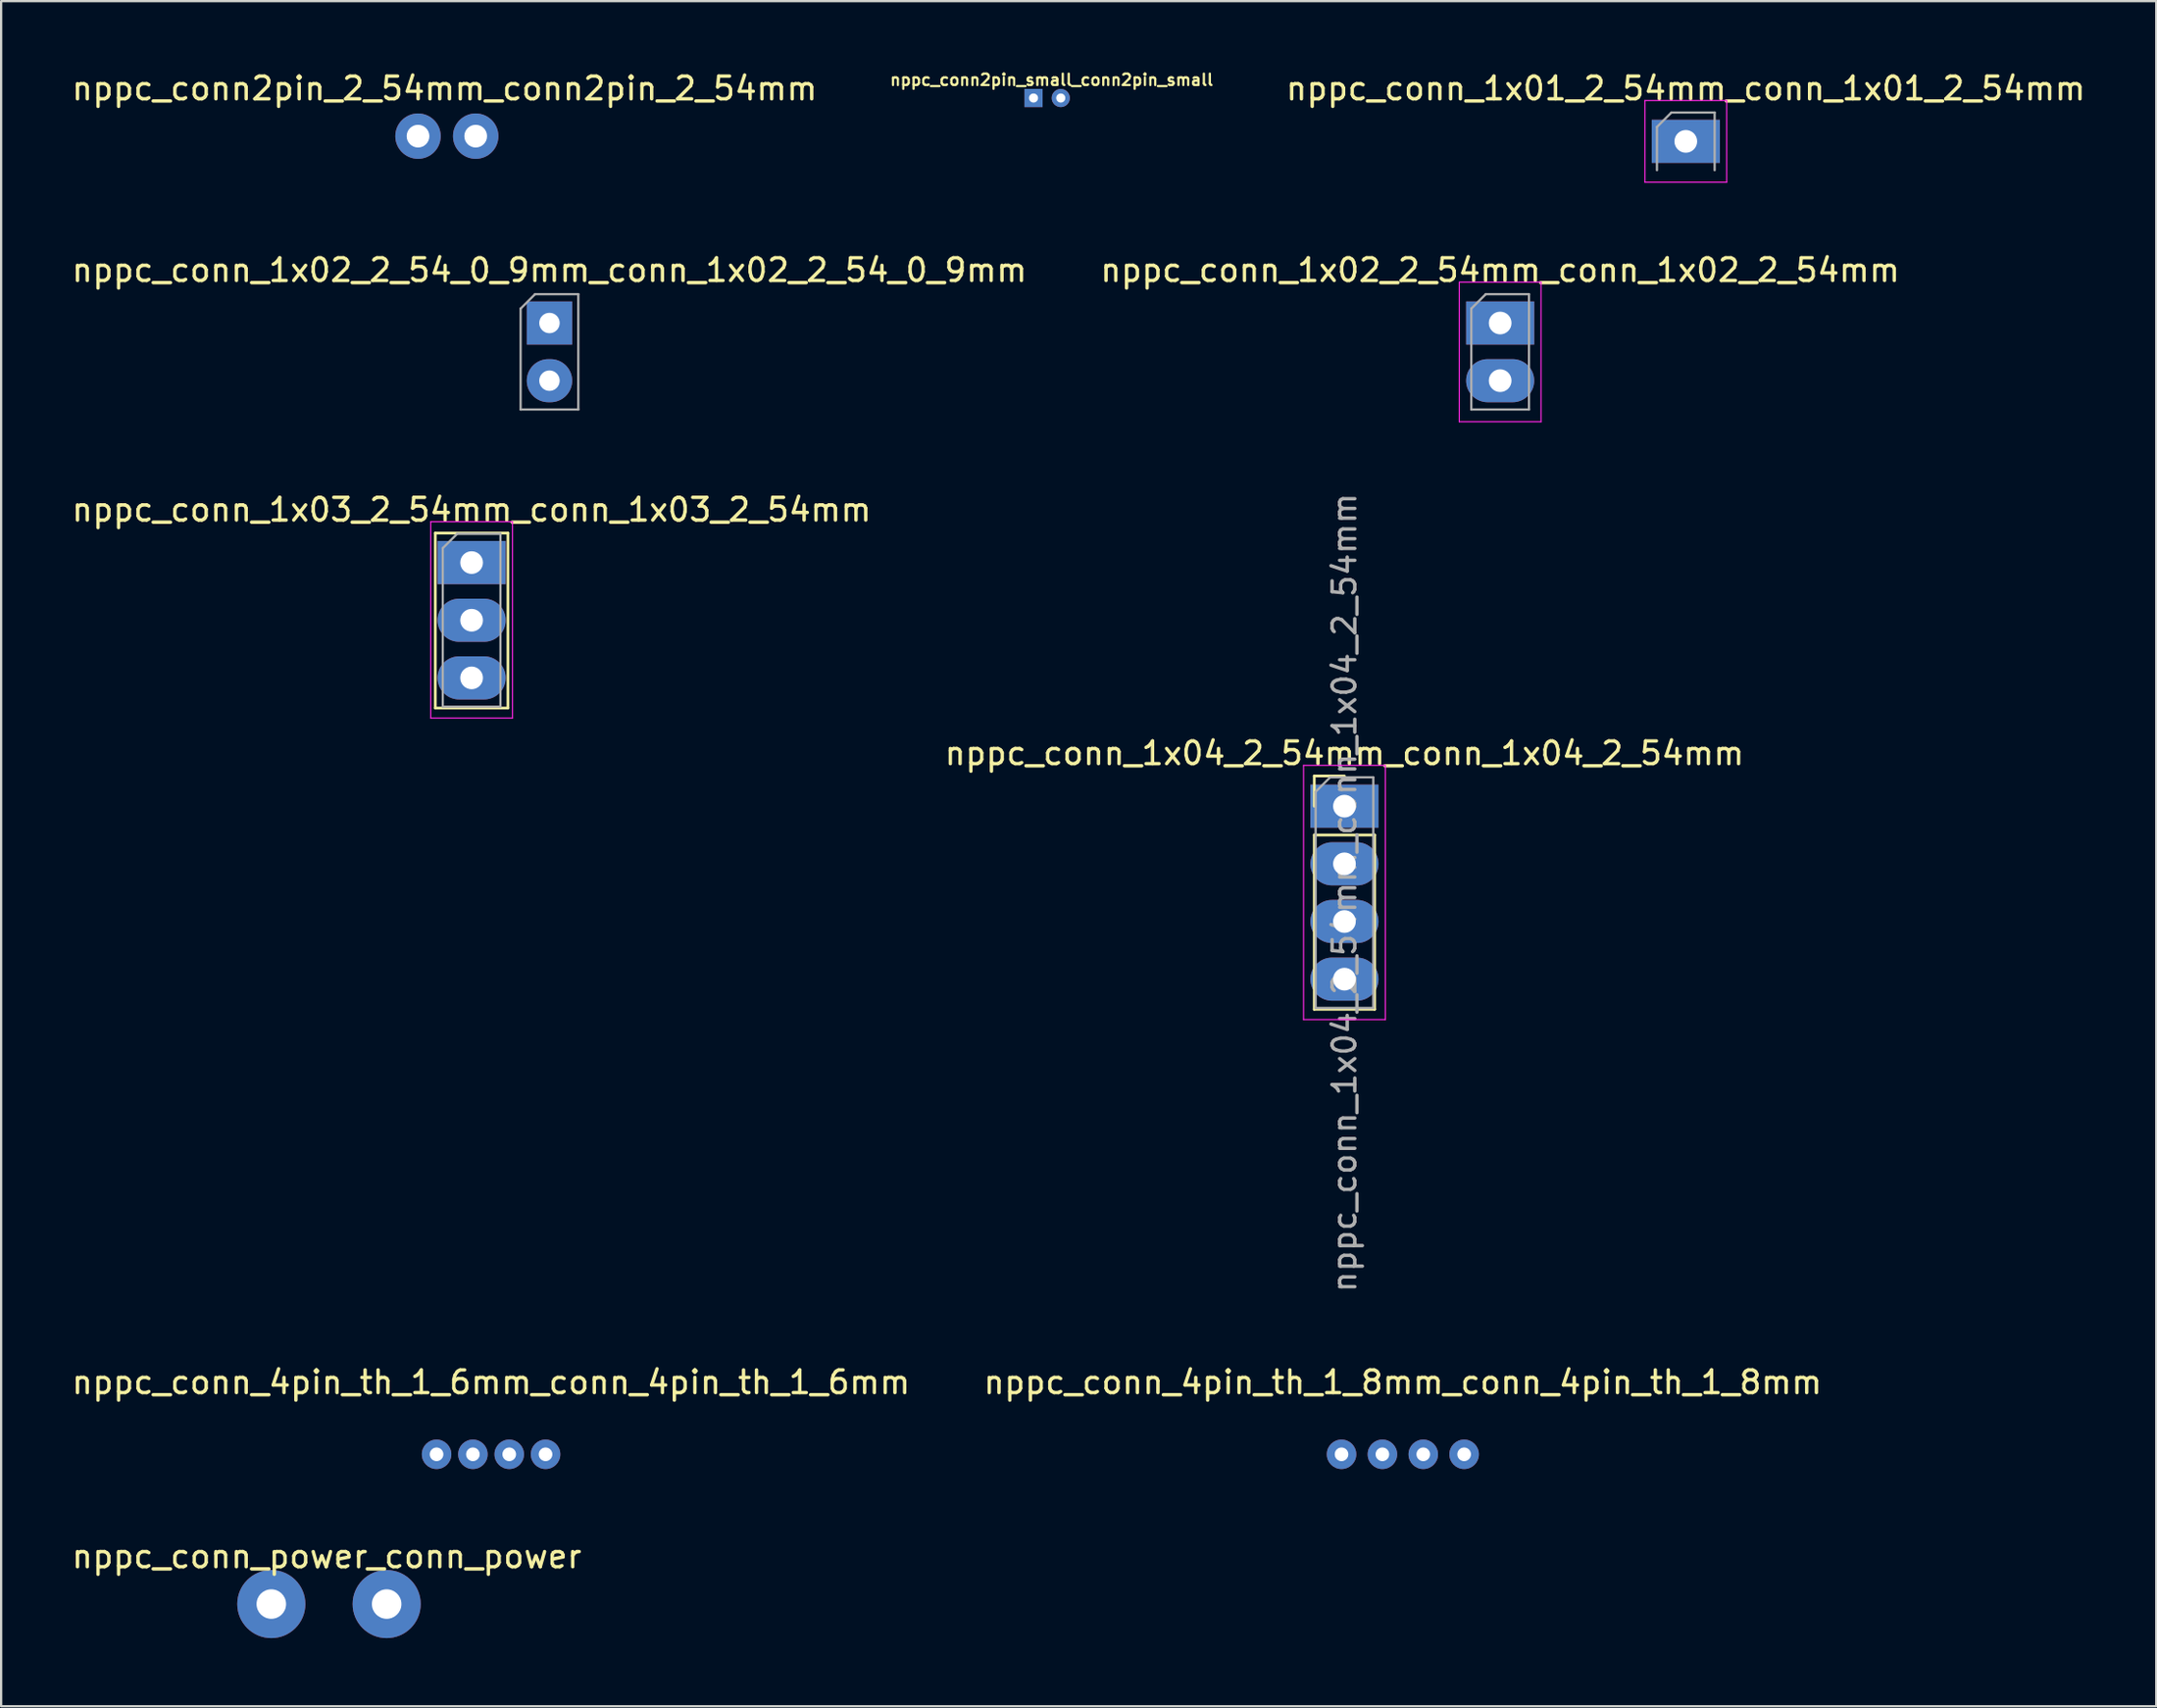
<source format=kicad_pcb>
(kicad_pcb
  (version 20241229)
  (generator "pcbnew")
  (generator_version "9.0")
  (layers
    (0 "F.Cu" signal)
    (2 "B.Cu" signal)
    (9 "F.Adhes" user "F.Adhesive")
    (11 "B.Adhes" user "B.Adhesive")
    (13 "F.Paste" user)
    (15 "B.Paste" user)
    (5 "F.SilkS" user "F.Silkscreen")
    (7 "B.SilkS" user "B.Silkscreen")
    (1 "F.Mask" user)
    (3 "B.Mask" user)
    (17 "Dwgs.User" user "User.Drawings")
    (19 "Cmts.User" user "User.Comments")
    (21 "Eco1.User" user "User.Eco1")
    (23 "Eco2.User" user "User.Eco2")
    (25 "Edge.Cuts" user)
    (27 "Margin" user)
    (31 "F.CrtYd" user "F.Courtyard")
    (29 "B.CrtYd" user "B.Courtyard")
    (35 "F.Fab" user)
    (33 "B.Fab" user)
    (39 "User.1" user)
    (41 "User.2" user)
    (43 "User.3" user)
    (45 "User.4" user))
  (footprint "nppc_conn_4pin_th_1_8mm_conn_4pin_th_1_8mm"
    (layer "F.Cu")
    (at 58.732 61.02)
    (property "Reference" "nppc_conn_4pin_th_1_8mm_conn_4pin_th_1_8mm" (at 0 -3.175 0) (layer "F.SilkS") (effects (font (size 1 1) (thickness 0.15))))
    (attr through_hole)
    (pad "1" thru_hole circle (at -2.7 0) (size 1.3 1.3) (drill 0.6) (layers "*.Cu" "*.Mask"))
    (pad "2" thru_hole circle (at -0.9 0) (size 1.3 1.3) (drill 0.6) (layers "*.Cu" "*.Mask"))
    (pad "3" thru_hole circle (at 0.9 0) (size 1.3 1.3) (drill 0.6) (layers "*.Cu" "*.Mask"))
    (pad "4" thru_hole circle (at 2.7 0) (size 1.3 1.3) (drill 0.6) (layers "*.Cu" "*.Mask")))
  (footprint "nppc_conn_1x03_2_54mm_conn_1x03_2_54mm"
    (layer "F.Cu")
    (at 17.72 21.735)
    (property "Reference" "nppc_conn_1x03_2_54mm_conn_1x03_2_54mm" (at 0 -2.33 0) (layer "F.SilkS") (effects (font (size 1 1) (thickness 0.15))))
    (attr through_hole)
    (fp_line (start -1.6 -1.3) (end -1.6 6.41) (stroke (width 0.12) (type solid)) (layer "F.SilkS"))
    (fp_line (start -1.6 -1.3) (end 1.6 -1.3) (stroke (width 0.12) (type solid)) (layer "F.SilkS"))
    (fp_line (start -1.6 6.41) (end 1.6 6.41) (stroke (width 0.12) (type solid)) (layer "F.SilkS"))
    (fp_line (start 1.6 -1.3) (end 1.6 6.41) (stroke (width 0.12) (type solid)) (layer "F.SilkS"))
    (fp_line (start -1.8 -1.8) (end -1.8 6.85) (stroke (width 0.05) (type solid)) (layer "F.CrtYd"))
    (fp_line (start -1.8 6.85) (end 1.8 6.85) (stroke (width 0.05) (type solid)) (layer "F.CrtYd"))
    (fp_line (start 1.8 -1.8) (end -1.8 -1.8) (stroke (width 0.05) (type solid)) (layer "F.CrtYd"))
    (fp_line (start 1.8 6.85) (end 1.8 -1.8) (stroke (width 0.05) (type solid)) (layer "F.CrtYd"))
    (fp_line (start -1.27 -0.635) (end -0.635 -1.27) (stroke (width 0.1) (type solid)) (layer "F.Fab"))
    (fp_line (start -1.27 6.35) (end -1.27 -0.635) (stroke (width 0.1) (type solid)) (layer "F.Fab"))
    (fp_line (start -0.635 -1.27) (end 1.27 -1.27) (stroke (width 0.1) (type solid)) (layer "F.Fab"))
    (fp_line (start 1.27 -1.27) (end 1.27 6.35) (stroke (width 0.1) (type solid)) (layer "F.Fab"))
    (fp_line (start 1.27 6.35) (end -1.27 6.35) (stroke (width 0.1) (type solid)) (layer "F.Fab"))
    (pad "1" thru_hole rect (at 0 0) (size 3 1.9) (drill 1) (layers "*.Cu" "*.Mask"))
    (pad "2" thru_hole oval (at 0 2.54) (size 3 1.9) (drill 1) (layers "*.Cu" "*.Mask"))
    (pad "3" thru_hole oval (at 0 5.08) (size 3 1.9) (drill 1) (layers "*.Cu" "*.Mask")))
  (footprint "nppc_conn2pin_2_54mm_conn2pin_2_54mm"
    (layer "F.Cu")
    (at 16.63 2.948)
    (property "Reference" "nppc_conn2pin_2_54mm_conn2pin_2_54mm" (at -0.1 -2.1 0) (layer "F.SilkS") (effects (font (size 1 1) (thickness 0.15))))
    (attr through_hole)
    (pad "1" thru_hole circle (at -1.27 0) (size 2 2) (drill 1) (layers "*.Cu" "*.Mask"))
    (pad "2" thru_hole circle (at 1.27 0) (size 2 2) (drill 1) (layers "*.Cu" "*.Mask")))
  (footprint "nppc_conn_4pin_th_1_6mm_conn_4pin_th_1_6mm"
    (layer "F.Cu")
    (at 18.577 61.02)
    (property "Reference" "nppc_conn_4pin_th_1_6mm_conn_4pin_th_1_6mm" (at 0 -3.175 0) (layer "F.SilkS") (effects (font (size 1 1) (thickness 0.15))))
    (attr through_hole)
    (pad "1" thru_hole circle (at -2.4 0) (size 1.3 1.3) (drill 0.6) (layers "*.Cu" "*.Mask"))
    (pad "2" thru_hole circle (at -0.8 0) (size 1.3 1.3) (drill 0.6) (layers "*.Cu" "*.Mask"))
    (pad "3" thru_hole circle (at 0.8 0) (size 1.3 1.3) (drill 0.6) (layers "*.Cu" "*.Mask"))
    (pad "4" thru_hole circle (at 2.4 0) (size 1.3 1.3) (drill 0.6) (layers "*.Cu" "*.Mask")))
  (footprint "nppc_conn_1x04_2_54mm_conn_1x04_2_54mm"
    (layer "F.Cu")
    (at 56.161 32.467)
    (property "Reference" "nppc_conn_1x04_2_54mm_conn_1x04_2_54mm" (at 0 -2.33 0) (layer "F.SilkS") (effects (font (size 1 1) (thickness 0.15))))
    (attr through_hole)
    (fp_line (start -1.33 -1.33) (end 0 -1.33) (stroke (width 0.12) (type solid)) (layer "F.SilkS"))
    (fp_line (start -1.33 0) (end -1.33 -1.33) (stroke (width 0.12) (type solid)) (layer "F.SilkS"))
    (fp_line (start -1.33 1.27) (end -1.33 8.95) (stroke (width 0.12) (type solid)) (layer "F.SilkS"))
    (fp_line (start -1.33 1.27) (end 1.33 1.27) (stroke (width 0.12) (type solid)) (layer "F.SilkS"))
    (fp_line (start -1.33 8.95) (end 1.33 8.95) (stroke (width 0.12) (type solid)) (layer "F.SilkS"))
    (fp_line (start 1.33 1.27) (end 1.33 8.95) (stroke (width 0.12) (type solid)) (layer "F.SilkS"))
    (fp_line (start -1.8 -1.8) (end -1.8 9.4) (stroke (width 0.05) (type solid)) (layer "F.CrtYd"))
    (fp_line (start -1.8 9.4) (end 1.8 9.4) (stroke (width 0.05) (type solid)) (layer "F.CrtYd"))
    (fp_line (start 1.8 -1.8) (end -1.8 -1.8) (stroke (width 0.05) (type solid)) (layer "F.CrtYd"))
    (fp_line (start 1.8 9.4) (end 1.8 -1.8) (stroke (width 0.05) (type solid)) (layer "F.CrtYd"))
    (fp_line (start -1.27 -0.635) (end -0.635 -1.27) (stroke (width 0.1) (type solid)) (layer "F.Fab"))
    (fp_line (start -1.27 8.89) (end -1.27 -0.635) (stroke (width 0.1) (type solid)) (layer "F.Fab"))
    (fp_line (start -0.635 -1.27) (end 1.27 -1.27) (stroke (width 0.1) (type solid)) (layer "F.Fab"))
    (fp_line (start 1.27 -1.27) (end 1.27 8.89) (stroke (width 0.1) (type solid)) (layer "F.Fab"))
    (fp_line (start 1.27 8.89) (end -1.27 8.89) (stroke (width 0.1) (type solid)) (layer "F.Fab"))
    (fp_text user "${REFERENCE}" (at 0 3.81 90) (layer "F.Fab") (effects (font (size 1 1) (thickness 0.15))))
    (pad "1" thru_hole rect (at 0 0) (size 3 1.9) (drill 1) (layers "*.Cu" "*.Mask"))
    (pad "2" thru_hole oval (at 0 2.54) (size 3 1.9) (drill 1) (layers "*.Cu" "*.Mask"))
    (pad "3" thru_hole oval (at 0 5.08) (size 3 1.9) (drill 1) (layers "*.Cu" "*.Mask"))
    (pad "4" thru_hole oval (at 0 7.62) (size 3 1.9) (drill 1) (layers "*.Cu" "*.Mask")))
  (footprint "nppc_conn_power_conn_power"
    (layer "F.Cu")
    (at 11.439 67.618)
    (property "Reference" "nppc_conn_power_conn_power" (at -0.1 -2.1 0) (layer "F.SilkS") (effects (font (size 1 1) (thickness 0.15))))
    (attr through_hole)
    (pad "1" thru_hole circle (at -2.54 0) (size 3 3) (drill 1.3) (layers "*.Cu" "*.Mask"))
    (pad "2" thru_hole circle (at 2.54 0) (size 3 3) (drill 1.3) (layers "*.Cu" "*.Mask")))
  (footprint "nppc_conn_1x01_2_54mm_conn_1x01_2_54mm"
    (layer "F.Cu")
    (at 71.194 3.178)
    (property "Reference" "nppc_conn_1x01_2_54mm_conn_1x01_2_54mm" (at 0 -2.33 0) (layer "F.SilkS") (effects (font (size 1 1) (thickness 0.15))))
    (attr through_hole)
    (fp_line (start -1.8 -1.8) (end -1.8 1.8) (stroke (width 0.05) (type solid)) (layer "F.CrtYd"))
    (fp_line (start -1.8 1.8) (end 1.8 1.8) (stroke (width 0.05) (type solid)) (layer "F.CrtYd"))
    (fp_line (start 1.8 -1.8) (end -1.8 -1.8) (stroke (width 0.05) (type solid)) (layer "F.CrtYd"))
    (fp_line (start 1.8 1.8) (end 1.8 -1.8) (stroke (width 0.05) (type solid)) (layer "F.CrtYd"))
    (fp_line (start -1.27 -0.635) (end -0.635 -1.27) (stroke (width 0.1) (type solid)) (layer "F.Fab"))
    (fp_line (start -1.27 1.27) (end -1.27 -0.635) (stroke (width 0.1) (type solid)) (layer "F.Fab"))
    (fp_line (start -0.635 -1.27) (end 1.27 -1.27) (stroke (width 0.1) (type solid)) (layer "F.Fab"))
    (fp_line (start 1.27 -1.27) (end 1.27 1.27) (stroke (width 0.1) (type solid)) (layer "F.Fab"))
    (pad "1" thru_hole rect (at 0 0) (size 3 1.9) (drill 1) (layers "*.Cu" "*.Mask")))
  (footprint "nppc_conn_1x02_2_54mm_conn_1x02_2_54mm"
    (layer "F.Cu")
    (at 63.018 11.181)
    (property "Reference" "nppc_conn_1x02_2_54mm_conn_1x02_2_54mm" (at 0 -2.33 0) (layer "F.SilkS") (effects (font (size 1 1) (thickness 0.15))))
    (attr through_hole)
    (fp_line (start -1.8 -1.8) (end -1.8 4.35) (stroke (width 0.05) (type solid)) (layer "F.CrtYd"))
    (fp_line (start -1.8 4.35) (end 1.8 4.35) (stroke (width 0.05) (type solid)) (layer "F.CrtYd"))
    (fp_line (start 1.8 -1.8) (end -1.8 -1.8) (stroke (width 0.05) (type solid)) (layer "F.CrtYd"))
    (fp_line (start 1.8 4.35) (end 1.8 -1.8) (stroke (width 0.05) (type solid)) (layer "F.CrtYd"))
    (fp_line (start -1.27 -0.635) (end -0.635 -1.27) (stroke (width 0.1) (type solid)) (layer "F.Fab"))
    (fp_line (start -1.27 3.81) (end -1.27 -0.635) (stroke (width 0.1) (type solid)) (layer "F.Fab"))
    (fp_line (start -0.635 -1.27) (end 1.27 -1.27) (stroke (width 0.1) (type solid)) (layer "F.Fab"))
    (fp_line (start 1.27 -1.27) (end 1.27 3.81) (stroke (width 0.1) (type solid)) (layer "F.Fab"))
    (fp_line (start 1.27 3.81) (end -1.27 3.81) (stroke (width 0.1) (type solid)) (layer "F.Fab"))
    (pad "1" thru_hole rect (at 0 0) (size 3 1.9) (drill 1) (layers "*.Cu" "*.Mask"))
    (pad "2" thru_hole oval (at 0 2.54) (size 3 1.9) (drill 1) (layers "*.Cu" "*.Mask")))
  (footprint "nppc_conn2pin_small_conn2pin_small"
    (layer "F.Cu")
    (at 43.067 1.268)
    (property "Reference" "nppc_conn2pin_small_conn2pin_small" (at 0.2 -0.8 0) (layer "F.SilkS") (effects (font (size 0.5 0.5) (thickness 0.1))))
    (attr through_hole)
    (pad "1" thru_hole rect (at -0.6 0) (size 0.8 0.8) (drill 0.4) (layers "*.Cu" "*.Mask"))
    (pad "2" thru_hole circle (at 0.6 0) (size 0.8 0.8) (drill 0.4) (layers "*.Cu" "*.Mask")))
  (footprint "nppc_conn_1x02_2_54_0_9mm_conn_1x02_2_54_0_9mm"
    (layer "F.Cu")
    (at 21.149 11.181)
    (property "Reference" "nppc_conn_1x02_2_54_0_9mm_conn_1x02_2_54_0_9mm" (at 0 -2.33 0) (layer "F.SilkS") (effects (font (size 1 1) (thickness 0.15))))
    (attr through_hole)
    (fp_line (start -1.27 -0.635) (end -0.635 -1.27) (stroke (width 0.1) (type solid)) (layer "F.Fab"))
    (fp_line (start -1.27 3.81) (end -1.27 -0.635) (stroke (width 0.1) (type solid)) (layer "F.Fab"))
    (fp_line (start -0.635 -1.27) (end 1.27 -1.27) (stroke (width 0.1) (type solid)) (layer "F.Fab"))
    (fp_line (start 1.27 -1.27) (end 1.27 3.81) (stroke (width 0.1) (type solid)) (layer "F.Fab"))
    (fp_line (start 1.27 3.81) (end -1.27 3.81) (stroke (width 0.1) (type solid)) (layer "F.Fab"))
    (pad "1" thru_hole rect (at 0 0) (size 2 1.9) (drill 0.9) (layers "*.Cu" "*.Mask"))
    (pad "2" thru_hole oval (at 0 2.54) (size 2 1.9) (drill 0.9) (layers "*.Cu" "*.Mask")))
  (gr_rect
    (start -3 -3)
    (end 91.914 72.118)
    (stroke (width 0.1) (type default))
    (fill no)
    (layer "Edge.Cuts")))
</source>
